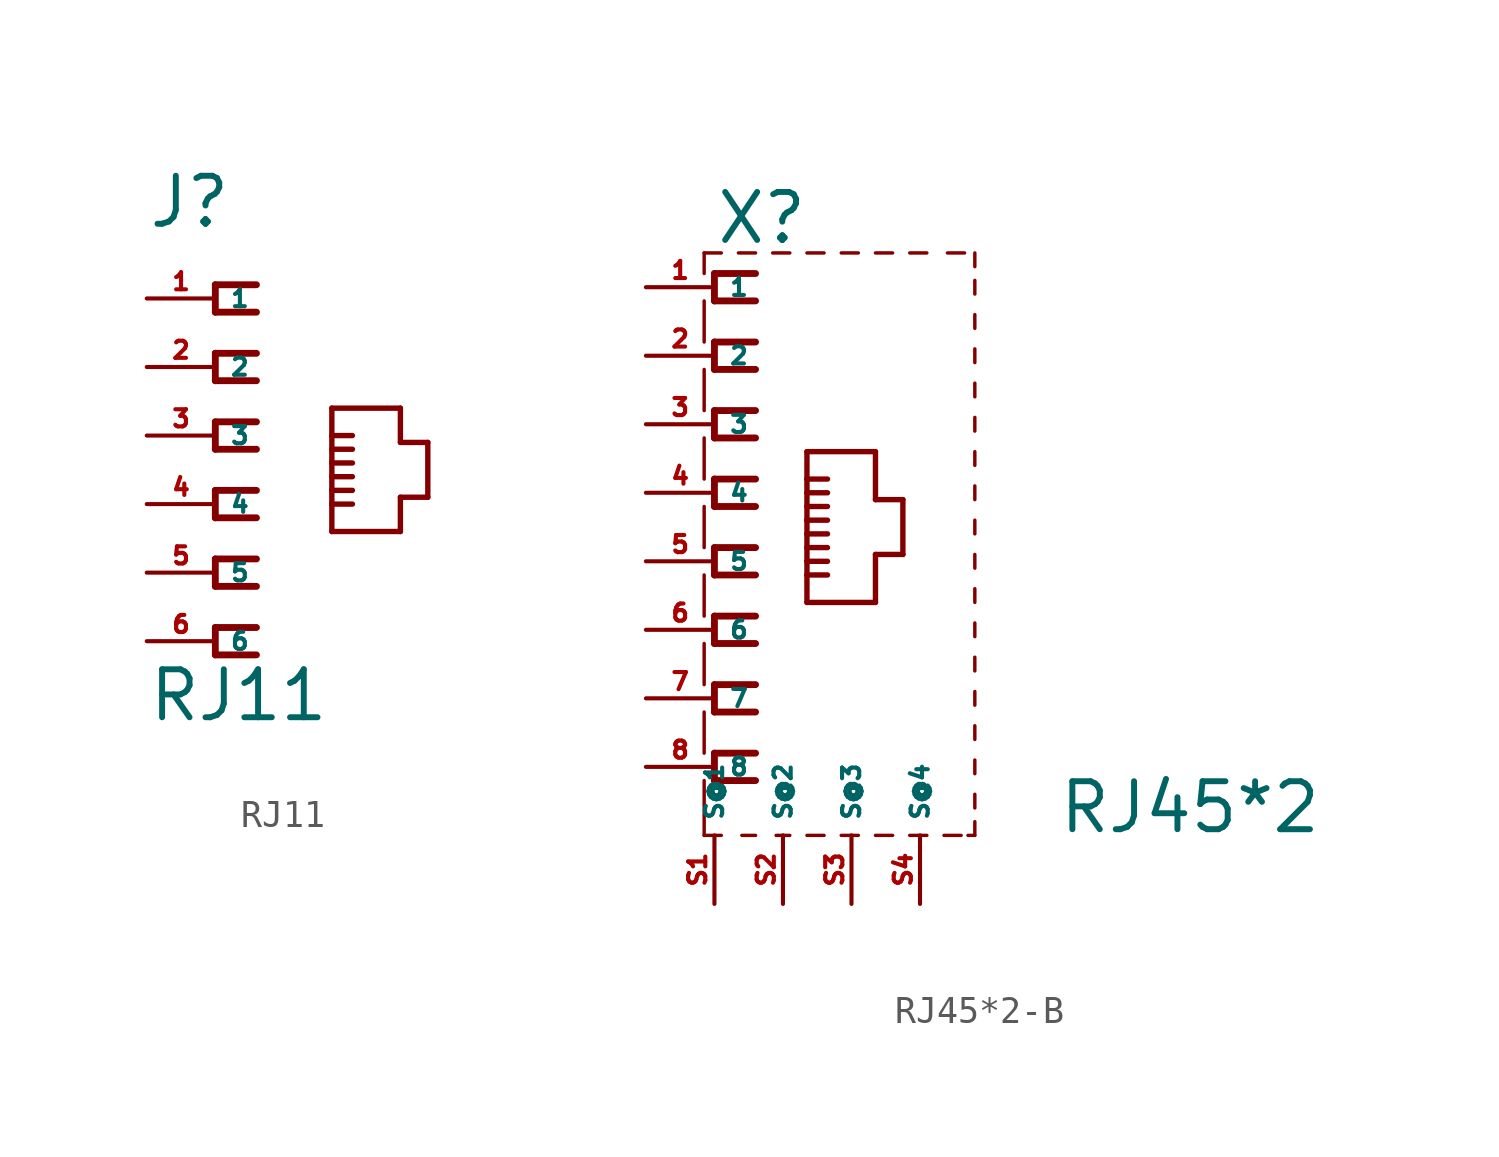
<source format=kicad_sym>
(kicad_symbol_lib
  (version 20220914)
  (generator Eagle2Kicad)
  (symbol "RJ11"
    (property "Reference" "J"
      (at -2.54 7.62 0)
      (effects (font (size 1.778 1.778) (thickness 0.22)) (justify left bottom)))
    (property "Value" "RJ11"
      (at -2.54 -10.668 0)
      (effects (font (size 1.778 1.778) (thickness 0.22)) (justify left bottom)))
    (polyline
      (pts (xy 1.524 5.588) (xy 0 5.588))
      (stroke (width 0.254) (type default))
      (fill (type none)))
    (polyline
      (pts (xy 0 5.588) (xy 0 4.572))
      (stroke (width 0.254) (type default))
      (fill (type none)))
    (polyline
      (pts (xy 0 4.572) (xy 1.524 4.572))
      (stroke (width 0.254) (type default))
      (fill (type none)))
    (polyline
      (pts (xy 1.524 3.048) (xy 0 3.048))
      (stroke (width 0.254) (type default))
      (fill (type none)))
    (polyline
      (pts (xy 0 3.048) (xy 0 2.032))
      (stroke (width 0.254) (type default))
      (fill (type none)))
    (polyline
      (pts (xy 0 2.032) (xy 1.524 2.032))
      (stroke (width 0.254) (type default))
      (fill (type none)))
    (polyline
      (pts (xy 1.524 0.508) (xy 0 0.508))
      (stroke (width 0.254) (type default))
      (fill (type none)))
    (polyline
      (pts (xy 0 0.508) (xy 0 -0.508))
      (stroke (width 0.254) (type default))
      (fill (type none)))
    (polyline
      (pts (xy 0 -0.508) (xy 1.524 -0.508))
      (stroke (width 0.254) (type default))
      (fill (type none)))
    (polyline
      (pts (xy 1.524 -2.032) (xy 0 -2.032))
      (stroke (width 0.254) (type default))
      (fill (type none)))
    (polyline
      (pts (xy 0 -2.032) (xy 0 -3.048))
      (stroke (width 0.254) (type default))
      (fill (type none)))
    (polyline
      (pts (xy 0 -3.048) (xy 1.524 -3.048))
      (stroke (width 0.254) (type default))
      (fill (type none)))
    (polyline
      (pts (xy 1.524 -4.572) (xy 0 -4.572))
      (stroke (width 0.254) (type default))
      (fill (type none)))
    (polyline
      (pts (xy 0 -4.572) (xy 0 -5.588))
      (stroke (width 0.254) (type default))
      (fill (type none)))
    (polyline
      (pts (xy 0 -5.588) (xy 1.524 -5.588))
      (stroke (width 0.254) (type default))
      (fill (type none)))
    (polyline
      (pts (xy 1.524 -7.112) (xy 0 -7.112))
      (stroke (width 0.254) (type default))
      (fill (type none)))
    (polyline
      (pts (xy 0 -7.112) (xy 0 -8.128))
      (stroke (width 0.254) (type default))
      (fill (type none)))
    (polyline
      (pts (xy 0 -8.128) (xy 1.524 -8.128))
      (stroke (width 0.254) (type default))
      (fill (type none)))
    (polyline
      (pts (xy 4.318 -3.556) (xy 6.858 -3.556))
      (stroke (width 0.2) (type default))
      (fill (type none)))
    (polyline
      (pts (xy 6.858 -3.556) (xy 6.858 -2.286))
      (stroke (width 0.2) (type default))
      (fill (type none)))
    (polyline
      (pts (xy 6.858 -2.286) (xy 7.874 -2.286))
      (stroke (width 0.2) (type default))
      (fill (type none)))
    (polyline
      (pts (xy 7.874 -2.286) (xy 7.874 -0.254))
      (stroke (width 0.2) (type default))
      (fill (type none)))
    (polyline
      (pts (xy 7.874 -0.254) (xy 6.858 -0.254))
      (stroke (width 0.2) (type default))
      (fill (type none)))
    (polyline
      (pts (xy 6.858 -0.254) (xy 6.858 1.016))
      (stroke (width 0.2) (type default))
      (fill (type none)))
    (polyline
      (pts (xy 6.858 1.016) (xy 4.318 1.016))
      (stroke (width 0.2) (type default))
      (fill (type none)))
    (polyline
      (pts (xy 4.318 1.016) (xy 4.318 0))
      (stroke (width 0.2) (type default))
      (fill (type none)))
    (polyline
      (pts (xy 4.318 0) (xy 4.318 -0.508))
      (stroke (width 0.2) (type default))
      (fill (type none)))
    (polyline
      (pts (xy 4.318 -0.508) (xy 4.318 -1.016))
      (stroke (width 0.2) (type default))
      (fill (type none)))
    (polyline
      (pts (xy 4.318 -1.016) (xy 4.318 -1.524))
      (stroke (width 0.2) (type default))
      (fill (type none)))
    (polyline
      (pts (xy 4.318 -1.524) (xy 4.318 -2.032))
      (stroke (width 0.2) (type default))
      (fill (type none)))
    (polyline
      (pts (xy 4.318 -2.032) (xy 4.318 -2.54))
      (stroke (width 0.2) (type default))
      (fill (type none)))
    (polyline
      (pts (xy 4.318 -2.54) (xy 4.318 -3.556))
      (stroke (width 0.2) (type default))
      (fill (type none)))
    (polyline
      (pts (xy 4.318 0) (xy 5.08 0))
      (stroke (width 0.2) (type default))
      (fill (type none)))
    (polyline
      (pts (xy 4.318 -0.508) (xy 5.08 -0.508))
      (stroke (width 0.2) (type default))
      (fill (type none)))
    (polyline
      (pts (xy 4.318 -1.016) (xy 5.08 -1.016))
      (stroke (width 0.2) (type default))
      (fill (type none)))
    (polyline
      (pts (xy 4.318 -1.524) (xy 5.08 -1.524))
      (stroke (width 0.2) (type default))
      (fill (type none)))
    (polyline
      (pts (xy 4.318 -2.032) (xy 5.08 -2.032))
      (stroke (width 0.2) (type default))
      (fill (type none)))
    (polyline
      (pts (xy 4.318 -2.54) (xy 5.08 -2.54))
      (stroke (width 0.2) (type default))
      (fill (type none)))
    (pin passive line
      (at -2.54 5.08 0)
      (length 2.54)
      (name "1" (effects (font (size 0.635 0.635) (thickness 0.08)) (justify left bottom)))
      (number "1" (effects (font (size 0.635 0.635) (thickness 0.08)) (justify left bottom))))
    (pin passive line
      (at -2.54 2.54 0)
      (length 2.54)
      (name "2" (effects (font (size 0.635 0.635) (thickness 0.08)) (justify left bottom)))
      (number "2" (effects (font (size 0.635 0.635) (thickness 0.08)) (justify left bottom))))
    (pin passive line
      (at -2.54 0 0)
      (length 2.54)
      (name "3" (effects (font (size 0.635 0.635) (thickness 0.08)) (justify left bottom)))
      (number "3" (effects (font (size 0.635 0.635) (thickness 0.08)) (justify left bottom))))
    (pin passive line
      (at -2.54 -2.54 0)
      (length 2.54)
      (name "4" (effects (font (size 0.635 0.635) (thickness 0.08)) (justify left bottom)))
      (number "4" (effects (font (size 0.635 0.635) (thickness 0.08)) (justify left bottom))))
    (pin passive line
      (at -2.54 -5.08 0)
      (length 2.54)
      (name "5" (effects (font (size 0.635 0.635) (thickness 0.08)) (justify left bottom)))
      (number "5" (effects (font (size 0.635 0.635) (thickness 0.08)) (justify left bottom))))
    (pin passive line
      (at -2.54 -7.62 0)
      (length 2.54)
      (name "6" (effects (font (size 0.635 0.635) (thickness 0.08)) (justify left bottom)))
      (number "6" (effects (font (size 0.635 0.635) (thickness 0.08)) (justify left bottom)))))
  (symbol "RJ45*2-B"
    (property "Reference" "X"
      (at -5.08 11.684 0)
      (effects (font (size 1.778 1.778) (thickness 0.22)) (justify left bottom)))
    (property "Value" "RJ45*2"
      (at 7.62 -10.16 0)
      (effects (font (size 1.778 1.778) (thickness 0.22)) (justify left bottom)))
    (polyline
      (pts (xy -5.461 -10.16) (xy -4.826 -10.16))
      (stroke (width 0.127) (type default))
      (fill (type none)))
    (polyline
      (pts (xy -4.064 -10.16) (xy -3.556 -10.16))
      (stroke (width 0.127) (type default))
      (fill (type none)))
    (polyline
      (pts (xy -2.794 -10.16) (xy -2.286 -10.16))
      (stroke (width 0.127) (type default))
      (fill (type none)))
    (polyline
      (pts (xy 4.318 -10.16) (xy 4.572 -10.16))
      (stroke (width 0.127) (type default))
      (fill (type none)))
    (polyline
      (pts (xy 4.572 -10.16) (xy 4.572 -9.652))
      (stroke (width 0.127) (type default))
      (fill (type none)))
    (polyline
      (pts (xy 4.572 9.906) (xy 4.572 10.414))
      (stroke (width 0.127) (type default))
      (fill (type none)))
    (polyline
      (pts (xy 4.572 10.922) (xy 4.572 11.43))
      (stroke (width 0.127) (type default))
      (fill (type none)))
    (polyline
      (pts (xy -4.826 11.43) (xy -5.461 11.43))
      (stroke (width 0.127) (type default))
      (fill (type none)))
    (polyline
      (pts (xy -5.461 11.43) (xy -5.461 10.668))
      (stroke (width 0.127) (type default))
      (fill (type none)))
    (polyline
      (pts (xy -5.461 9.652) (xy -5.461 8.128))
      (stroke (width 0.127) (type default))
      (fill (type none)))
    (polyline
      (pts (xy -5.461 7.112) (xy -5.461 5.588))
      (stroke (width 0.127) (type default))
      (fill (type none)))
    (polyline
      (pts (xy -5.461 4.572) (xy -5.461 3.048))
      (stroke (width 0.127) (type default))
      (fill (type none)))
    (polyline
      (pts (xy -5.461 2.032) (xy -5.461 0.508))
      (stroke (width 0.127) (type default))
      (fill (type none)))
    (polyline
      (pts (xy -5.461 -0.508) (xy -5.461 -2.032))
      (stroke (width 0.127) (type default))
      (fill (type none)))
    (polyline
      (pts (xy -5.461 -8.128) (xy -5.461 -10.16))
      (stroke (width 0.127) (type default))
      (fill (type none)))
    (polyline
      (pts (xy 4.572 8.636) (xy 4.572 9.144))
      (stroke (width 0.127) (type default))
      (fill (type none)))
    (polyline
      (pts (xy 4.572 7.366) (xy 4.572 7.874))
      (stroke (width 0.127) (type default))
      (fill (type none)))
    (polyline
      (pts (xy 4.572 6.096) (xy 4.572 6.604))
      (stroke (width 0.127) (type default))
      (fill (type none)))
    (polyline
      (pts (xy 4.572 4.826) (xy 4.572 5.334))
      (stroke (width 0.127) (type default))
      (fill (type none)))
    (polyline
      (pts (xy 4.572 3.556) (xy 4.572 4.064))
      (stroke (width 0.127) (type default))
      (fill (type none)))
    (polyline
      (pts (xy 4.572 2.286) (xy 4.572 2.794))
      (stroke (width 0.127) (type default))
      (fill (type none)))
    (polyline
      (pts (xy 4.572 1.016) (xy 4.572 1.524))
      (stroke (width 0.127) (type default))
      (fill (type none)))
    (polyline
      (pts (xy 4.572 -0.254) (xy 4.572 0.254))
      (stroke (width 0.127) (type default))
      (fill (type none)))
    (polyline
      (pts (xy 4.572 -1.524) (xy 4.572 -1.016))
      (stroke (width 0.127) (type default))
      (fill (type none)))
    (polyline
      (pts (xy -1.016 -10.16) (xy -1.651 -10.16))
      (stroke (width 0.127) (type default))
      (fill (type none)))
    (polyline
      (pts (xy 0.254 -10.16) (xy -0.381 -10.16))
      (stroke (width 0.127) (type default))
      (fill (type none)))
    (polyline
      (pts (xy 1.524 -10.16) (xy 0.889 -10.16))
      (stroke (width 0.127) (type default))
      (fill (type none)))
    (polyline
      (pts (xy 2.794 -10.16) (xy 2.159 -10.16))
      (stroke (width 0.127) (type default))
      (fill (type none)))
    (polyline
      (pts (xy 4.064 -10.16) (xy 3.429 -10.16))
      (stroke (width 0.127) (type default))
      (fill (type none)))
    (polyline
      (pts (xy -3.556 11.43) (xy -4.191 11.43))
      (stroke (width 0.127) (type default))
      (fill (type none)))
    (polyline
      (pts (xy -2.286 11.43) (xy -2.921 11.43))
      (stroke (width 0.127) (type default))
      (fill (type none)))
    (polyline
      (pts (xy -1.016 11.43) (xy -1.651 11.43))
      (stroke (width 0.127) (type default))
      (fill (type none)))
    (polyline
      (pts (xy 0.254 11.43) (xy -0.381 11.43))
      (stroke (width 0.127) (type default))
      (fill (type none)))
    (polyline
      (pts (xy 1.524 11.43) (xy 0.889 11.43))
      (stroke (width 0.127) (type default))
      (fill (type none)))
    (polyline
      (pts (xy 2.794 11.43) (xy 2.159 11.43))
      (stroke (width 0.127) (type default))
      (fill (type none)))
    (polyline
      (pts (xy 3.556 11.43) (xy 4.191 11.43))
      (stroke (width 0.127) (type default))
      (fill (type none)))
    (polyline
      (pts (xy -3.556 10.668) (xy -5.08 10.668))
      (stroke (width 0.254) (type default))
      (fill (type none)))
    (polyline
      (pts (xy -5.08 10.668) (xy -5.08 9.652))
      (stroke (width 0.254) (type default))
      (fill (type none)))
    (polyline
      (pts (xy -5.08 9.652) (xy -3.556 9.652))
      (stroke (width 0.254) (type default))
      (fill (type none)))
    (polyline
      (pts (xy -3.556 8.128) (xy -5.08 8.128))
      (stroke (width 0.254) (type default))
      (fill (type none)))
    (polyline
      (pts (xy -5.08 8.128) (xy -5.08 7.112))
      (stroke (width 0.254) (type default))
      (fill (type none)))
    (polyline
      (pts (xy -5.08 7.112) (xy -3.556 7.112))
      (stroke (width 0.254) (type default))
      (fill (type none)))
    (polyline
      (pts (xy -3.556 5.588) (xy -5.08 5.588))
      (stroke (width 0.254) (type default))
      (fill (type none)))
    (polyline
      (pts (xy -5.08 5.588) (xy -5.08 4.572))
      (stroke (width 0.254) (type default))
      (fill (type none)))
    (polyline
      (pts (xy -5.08 4.572) (xy -3.556 4.572))
      (stroke (width 0.254) (type default))
      (fill (type none)))
    (polyline
      (pts (xy -3.556 3.048) (xy -5.08 3.048))
      (stroke (width 0.254) (type default))
      (fill (type none)))
    (polyline
      (pts (xy -5.08 3.048) (xy -5.08 2.032))
      (stroke (width 0.254) (type default))
      (fill (type none)))
    (polyline
      (pts (xy -5.08 2.032) (xy -3.556 2.032))
      (stroke (width 0.254) (type default))
      (fill (type none)))
    (polyline
      (pts (xy -3.556 0.508) (xy -5.08 0.508))
      (stroke (width 0.254) (type default))
      (fill (type none)))
    (polyline
      (pts (xy -5.08 0.508) (xy -5.08 -0.508))
      (stroke (width 0.254) (type default))
      (fill (type none)))
    (polyline
      (pts (xy -5.08 -0.508) (xy -3.556 -0.508))
      (stroke (width 0.254) (type default))
      (fill (type none)))
    (polyline
      (pts (xy -3.556 -2.032) (xy -5.08 -2.032))
      (stroke (width 0.254) (type default))
      (fill (type none)))
    (polyline
      (pts (xy -5.08 -2.032) (xy -5.08 -3.048))
      (stroke (width 0.254) (type default))
      (fill (type none)))
    (polyline
      (pts (xy -5.08 -3.048) (xy -3.556 -3.048))
      (stroke (width 0.254) (type default))
      (fill (type none)))
    (polyline
      (pts (xy -1.651 -1.524) (xy 0.889 -1.524))
      (stroke (width 0.2) (type default))
      (fill (type none)))
    (polyline
      (pts (xy 0.889 -1.524) (xy 0.889 0.254))
      (stroke (width 0.2) (type default))
      (fill (type none)))
    (polyline
      (pts (xy 0.889 0.254) (xy 1.905 0.254))
      (stroke (width 0.2) (type default))
      (fill (type none)))
    (polyline
      (pts (xy 1.905 0.254) (xy 1.905 2.286))
      (stroke (width 0.2) (type default))
      (fill (type none)))
    (polyline
      (pts (xy 1.905 2.286) (xy 0.889 2.286))
      (stroke (width 0.2) (type default))
      (fill (type none)))
    (polyline
      (pts (xy 0.889 2.286) (xy 0.889 4.064))
      (stroke (width 0.2) (type default))
      (fill (type none)))
    (polyline
      (pts (xy 0.889 4.064) (xy -1.651 4.064))
      (stroke (width 0.2) (type default))
      (fill (type none)))
    (polyline
      (pts (xy -1.651 4.064) (xy -1.651 3.048))
      (stroke (width 0.2) (type default))
      (fill (type none)))
    (polyline
      (pts (xy -1.651 3.048) (xy -1.651 2.54))
      (stroke (width 0.2) (type default))
      (fill (type none)))
    (polyline
      (pts (xy -1.651 2.54) (xy -1.651 2.032))
      (stroke (width 0.2) (type default))
      (fill (type none)))
    (polyline
      (pts (xy -1.651 2.032) (xy -1.651 1.524))
      (stroke (width 0.2) (type default))
      (fill (type none)))
    (polyline
      (pts (xy -1.651 1.524) (xy -1.651 1.016))
      (stroke (width 0.2) (type default))
      (fill (type none)))
    (polyline
      (pts (xy -1.651 1.016) (xy -1.651 0.508))
      (stroke (width 0.2) (type default))
      (fill (type none)))
    (polyline
      (pts (xy -1.651 0.508) (xy -1.651 0))
      (stroke (width 0.2) (type default))
      (fill (type none)))
    (polyline
      (pts (xy -1.651 0) (xy -1.651 -0.508))
      (stroke (width 0.2) (type default))
      (fill (type none)))
    (polyline
      (pts (xy -1.651 -0.508) (xy -1.651 -1.524))
      (stroke (width 0.2) (type default))
      (fill (type none)))
    (polyline
      (pts (xy -1.651 3.048) (xy -0.889 3.048))
      (stroke (width 0.2) (type default))
      (fill (type none)))
    (polyline
      (pts (xy -1.651 2.54) (xy -0.889 2.54))
      (stroke (width 0.2) (type default))
      (fill (type none)))
    (polyline
      (pts (xy -1.651 2.032) (xy -0.889 2.032))
      (stroke (width 0.2) (type default))
      (fill (type none)))
    (polyline
      (pts (xy -1.651 1.524) (xy -0.889 1.524))
      (stroke (width 0.2) (type default))
      (fill (type none)))
    (polyline
      (pts (xy -1.651 1.016) (xy -0.889 1.016))
      (stroke (width 0.2) (type default))
      (fill (type none)))
    (polyline
      (pts (xy -1.651 0.508) (xy -0.889 0.508))
      (stroke (width 0.2) (type default))
      (fill (type none)))
    (polyline
      (pts (xy -3.556 -4.572) (xy -5.08 -4.572))
      (stroke (width 0.254) (type default))
      (fill (type none)))
    (polyline
      (pts (xy -5.08 -4.572) (xy -5.08 -5.588))
      (stroke (width 0.254) (type default))
      (fill (type none)))
    (polyline
      (pts (xy -5.08 -5.588) (xy -3.556 -5.588))
      (stroke (width 0.254) (type default))
      (fill (type none)))
    (polyline
      (pts (xy -3.556 -7.112) (xy -5.08 -7.112))
      (stroke (width 0.254) (type default))
      (fill (type none)))
    (polyline
      (pts (xy -5.08 -7.112) (xy -5.08 -8.128))
      (stroke (width 0.254) (type default))
      (fill (type none)))
    (polyline
      (pts (xy -5.08 -8.128) (xy -3.556 -8.128))
      (stroke (width 0.254) (type default))
      (fill (type none)))
    (polyline
      (pts (xy -1.651 0) (xy -0.889 0))
      (stroke (width 0.2) (type default))
      (fill (type none)))
    (polyline
      (pts (xy -1.651 -0.508) (xy -0.889 -0.508))
      (stroke (width 0.2) (type default))
      (fill (type none)))
    (polyline
      (pts (xy -5.461 -3.048) (xy -5.461 -4.572))
      (stroke (width 0.127) (type default))
      (fill (type none)))
    (polyline
      (pts (xy -5.461 -5.588) (xy -5.461 -7.112))
      (stroke (width 0.127) (type default))
      (fill (type none)))
    (polyline
      (pts (xy 4.572 -2.794) (xy 4.572 -2.286))
      (stroke (width 0.127) (type default))
      (fill (type none)))
    (polyline
      (pts (xy 4.572 -4.064) (xy 4.572 -3.556))
      (stroke (width 0.127) (type default))
      (fill (type none)))
    (polyline
      (pts (xy 4.572 -5.334) (xy 4.572 -4.826))
      (stroke (width 0.127) (type default))
      (fill (type none)))
    (polyline
      (pts (xy 4.572 -6.604) (xy 4.572 -6.096))
      (stroke (width 0.127) (type default))
      (fill (type none)))
    (polyline
      (pts (xy 4.572 -7.874) (xy 4.572 -7.366))
      (stroke (width 0.127) (type default))
      (fill (type none)))
    (polyline
      (pts (xy 4.572 -9.144) (xy 4.572 -8.636))
      (stroke (width 0.127) (type default))
      (fill (type none)))
    (pin passive line
      (at -2.54 -12.7 90)
      (length 2.54)
      (name "S@2" (effects (font (size 0.635 0.635) (thickness 0.08)) (justify left bottom)))
      (number "S2" (effects (font (size 0.635 0.635) (thickness 0.08)) (justify left bottom))))
    (pin passive line
      (at -5.08 -12.7 90)
      (length 2.54)
      (name "S@1" (effects (font (size 0.635 0.635) (thickness 0.08)) (justify left bottom)))
      (number "S1" (effects (font (size 0.635 0.635) (thickness 0.08)) (justify left bottom))))
    (pin passive line
      (at 0 -12.7 90)
      (length 2.54)
      (name "S@3" (effects (font (size 0.635 0.635) (thickness 0.08)) (justify left bottom)))
      (number "S3" (effects (font (size 0.635 0.635) (thickness 0.08)) (justify left bottom))))
    (pin passive line
      (at 2.54 -12.7 90)
      (length 2.54)
      (name "S@4" (effects (font (size 0.635 0.635) (thickness 0.08)) (justify left bottom)))
      (number "S4" (effects (font (size 0.635 0.635) (thickness 0.08)) (justify left bottom))))
    (pin passive line
      (at -7.62 10.16 0)
      (length 2.54)
      (name "1" (effects (font (size 0.635 0.635) (thickness 0.08)) (justify left bottom)))
      (number "1" (effects (font (size 0.635 0.635) (thickness 0.08)) (justify left bottom))))
    (pin passive line
      (at -7.62 7.62 0)
      (length 2.54)
      (name "2" (effects (font (size 0.635 0.635) (thickness 0.08)) (justify left bottom)))
      (number "2" (effects (font (size 0.635 0.635) (thickness 0.08)) (justify left bottom))))
    (pin passive line
      (at -7.62 5.08 0)
      (length 2.54)
      (name "3" (effects (font (size 0.635 0.635) (thickness 0.08)) (justify left bottom)))
      (number "3" (effects (font (size 0.635 0.635) (thickness 0.08)) (justify left bottom))))
    (pin passive line
      (at -7.62 2.54 0)
      (length 2.54)
      (name "4" (effects (font (size 0.635 0.635) (thickness 0.08)) (justify left bottom)))
      (number "4" (effects (font (size 0.635 0.635) (thickness 0.08)) (justify left bottom))))
    (pin passive line
      (at -7.62 0 0)
      (length 2.54)
      (name "5" (effects (font (size 0.635 0.635) (thickness 0.08)) (justify left bottom)))
      (number "5" (effects (font (size 0.635 0.635) (thickness 0.08)) (justify left bottom))))
    (pin passive line
      (at -7.62 -2.54 0)
      (length 2.54)
      (name "6" (effects (font (size 0.635 0.635) (thickness 0.08)) (justify left bottom)))
      (number "6" (effects (font (size 0.635 0.635) (thickness 0.08)) (justify left bottom))))
    (pin passive line
      (at -7.62 -5.08 0)
      (length 2.54)
      (name "7" (effects (font (size 0.635 0.635) (thickness 0.08)) (justify left bottom)))
      (number "7" (effects (font (size 0.635 0.635) (thickness 0.08)) (justify left bottom))))
    (pin passive line
      (at -7.62 -7.62 0)
      (length 2.54)
      (name "8" (effects (font (size 0.635 0.635) (thickness 0.08)) (justify left bottom)))
      (number "8" (effects (font (size 0.635 0.635) (thickness 0.08)) (justify left bottom))))))
</source>
